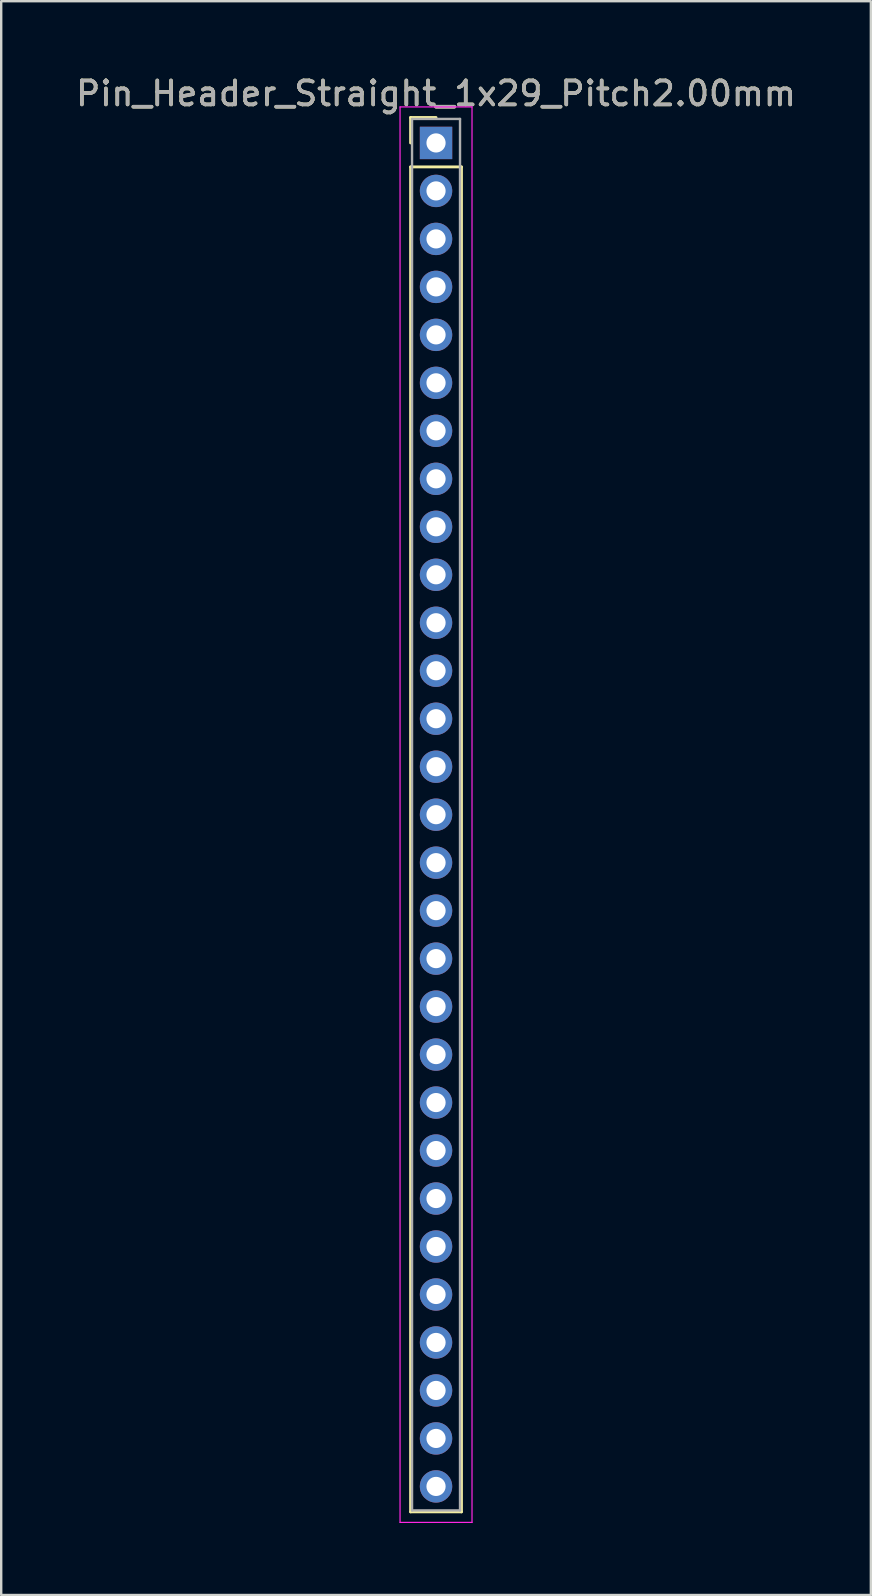
<source format=kicad_pcb>
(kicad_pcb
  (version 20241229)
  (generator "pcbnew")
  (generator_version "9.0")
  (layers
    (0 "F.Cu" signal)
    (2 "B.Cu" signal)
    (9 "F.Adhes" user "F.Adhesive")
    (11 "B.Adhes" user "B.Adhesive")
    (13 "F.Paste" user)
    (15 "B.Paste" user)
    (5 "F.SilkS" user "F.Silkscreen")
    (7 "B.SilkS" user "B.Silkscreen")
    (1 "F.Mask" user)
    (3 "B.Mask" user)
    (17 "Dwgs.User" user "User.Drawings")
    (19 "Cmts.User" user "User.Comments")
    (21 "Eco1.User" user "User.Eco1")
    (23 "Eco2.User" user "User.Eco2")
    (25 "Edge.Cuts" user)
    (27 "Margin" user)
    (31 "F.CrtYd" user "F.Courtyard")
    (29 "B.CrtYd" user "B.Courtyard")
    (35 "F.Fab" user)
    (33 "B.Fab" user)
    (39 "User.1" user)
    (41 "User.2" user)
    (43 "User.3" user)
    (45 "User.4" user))
  (footprint "Pin_Header_Straight_1x29_Pitch2.00mm"
    (layer "F.Cu")
    (at 15.125 2.908)
    (property "Reference" "Pin_Header_Straight_1x29_Pitch2.00mm" (at 0 -2.06 0) (layer "F.SilkS") (effects (font (size 1 1) (thickness 0.15))))
    (attr through_hole)
    (fp_line (start -1.06 -1.06) (end 0 -1.06) (stroke (width 0.12) (type solid)) (layer "F.SilkS"))
    (fp_line (start -1.06 0) (end -1.06 -1.06) (stroke (width 0.12) (type solid)) (layer "F.SilkS"))
    (fp_line (start -1.06 1) (end -1.06 57.06) (stroke (width 0.12) (type solid)) (layer "F.SilkS"))
    (fp_line (start -1.06 57.06) (end 1.06 57.06) (stroke (width 0.12) (type solid)) (layer "F.SilkS"))
    (fp_line (start 1.06 1) (end -1.06 1) (stroke (width 0.12) (type solid)) (layer "F.SilkS"))
    (fp_line (start 1.06 57.06) (end 1.06 1) (stroke (width 0.12) (type solid)) (layer "F.SilkS"))
    (fp_line (start -1.5 -1.5) (end -1.5 57.5) (stroke (width 0.05) (type solid)) (layer "F.CrtYd"))
    (fp_line (start -1.5 57.5) (end 1.5 57.5) (stroke (width 0.05) (type solid)) (layer "F.CrtYd"))
    (fp_line (start 1.5 -1.5) (end -1.5 -1.5) (stroke (width 0.05) (type solid)) (layer "F.CrtYd"))
    (fp_line (start 1.5 57.5) (end 1.5 -1.5) (stroke (width 0.05) (type solid)) (layer "F.CrtYd"))
    (fp_line (start -1 -1) (end -1 57) (stroke (width 0.1) (type solid)) (layer "F.Fab"))
    (fp_line (start -1 57) (end 1 57) (stroke (width 0.1) (type solid)) (layer "F.Fab"))
    (fp_line (start 1 -1) (end -1 -1) (stroke (width 0.1) (type solid)) (layer "F.Fab"))
    (fp_line (start 1 57) (end 1 -1) (stroke (width 0.1) (type solid)) (layer "F.Fab"))
    (fp_text user "${REFERENCE}" (at 0 -2.06 0) (layer "F.Fab") (effects (font (size 1 1) (thickness 0.15))))
    (pad "1" thru_hole rect (at 0 0) (size 1.35 1.35) (drill 0.8) (layers "*.Cu" "*.Mask"))
    (pad "2" thru_hole oval (at 0 2) (size 1.35 1.35) (drill 0.8) (layers "*.Cu" "*.Mask"))
    (pad "3" thru_hole oval (at 0 4) (size 1.35 1.35) (drill 0.8) (layers "*.Cu" "*.Mask"))
    (pad "4" thru_hole oval (at 0 6) (size 1.35 1.35) (drill 0.8) (layers "*.Cu" "*.Mask"))
    (pad "5" thru_hole oval (at 0 8) (size 1.35 1.35) (drill 0.8) (layers "*.Cu" "*.Mask"))
    (pad "6" thru_hole oval (at 0 10) (size 1.35 1.35) (drill 0.8) (layers "*.Cu" "*.Mask"))
    (pad "7" thru_hole oval (at 0 12) (size 1.35 1.35) (drill 0.8) (layers "*.Cu" "*.Mask"))
    (pad "8" thru_hole oval (at 0 14) (size 1.35 1.35) (drill 0.8) (layers "*.Cu" "*.Mask"))
    (pad "9" thru_hole oval (at 0 16) (size 1.35 1.35) (drill 0.8) (layers "*.Cu" "*.Mask"))
    (pad "10" thru_hole oval (at 0 18) (size 1.35 1.35) (drill 0.8) (layers "*.Cu" "*.Mask"))
    (pad "11" thru_hole oval (at 0 20) (size 1.35 1.35) (drill 0.8) (layers "*.Cu" "*.Mask"))
    (pad "12" thru_hole oval (at 0 22) (size 1.35 1.35) (drill 0.8) (layers "*.Cu" "*.Mask"))
    (pad "13" thru_hole oval (at 0 24) (size 1.35 1.35) (drill 0.8) (layers "*.Cu" "*.Mask"))
    (pad "14" thru_hole oval (at 0 26) (size 1.35 1.35) (drill 0.8) (layers "*.Cu" "*.Mask"))
    (pad "15" thru_hole oval (at 0 28) (size 1.35 1.35) (drill 0.8) (layers "*.Cu" "*.Mask"))
    (pad "16" thru_hole oval (at 0 30) (size 1.35 1.35) (drill 0.8) (layers "*.Cu" "*.Mask"))
    (pad "17" thru_hole oval (at 0 32) (size 1.35 1.35) (drill 0.8) (layers "*.Cu" "*.Mask"))
    (pad "18" thru_hole oval (at 0 34) (size 1.35 1.35) (drill 0.8) (layers "*.Cu" "*.Mask"))
    (pad "19" thru_hole oval (at 0 36) (size 1.35 1.35) (drill 0.8) (layers "*.Cu" "*.Mask"))
    (pad "20" thru_hole oval (at 0 38) (size 1.35 1.35) (drill 0.8) (layers "*.Cu" "*.Mask"))
    (pad "21" thru_hole oval (at 0 40) (size 1.35 1.35) (drill 0.8) (layers "*.Cu" "*.Mask"))
    (pad "22" thru_hole oval (at 0 42) (size 1.35 1.35) (drill 0.8) (layers "*.Cu" "*.Mask"))
    (pad "23" thru_hole oval (at 0 44) (size 1.35 1.35) (drill 0.8) (layers "*.Cu" "*.Mask"))
    (pad "24" thru_hole oval (at 0 46) (size 1.35 1.35) (drill 0.8) (layers "*.Cu" "*.Mask"))
    (pad "25" thru_hole oval (at 0 48) (size 1.35 1.35) (drill 0.8) (layers "*.Cu" "*.Mask"))
    (pad "26" thru_hole oval (at 0 50) (size 1.35 1.35) (drill 0.8) (layers "*.Cu" "*.Mask"))
    (pad "27" thru_hole oval (at 0 52) (size 1.35 1.35) (drill 0.8) (layers "*.Cu" "*.Mask"))
    (pad "28" thru_hole oval (at 0 54) (size 1.35 1.35) (drill 0.8) (layers "*.Cu" "*.Mask"))
    (pad "29" thru_hole oval (at 0 56) (size 1.35 1.35) (drill 0.8) (layers "*.Cu" "*.Mask")))
  (gr_rect
    (start -3 -3)
    (end 33.25 63.433)
    (stroke (width 0.1) (type default))
    (fill no)
    (layer "Edge.Cuts")))
</source>
